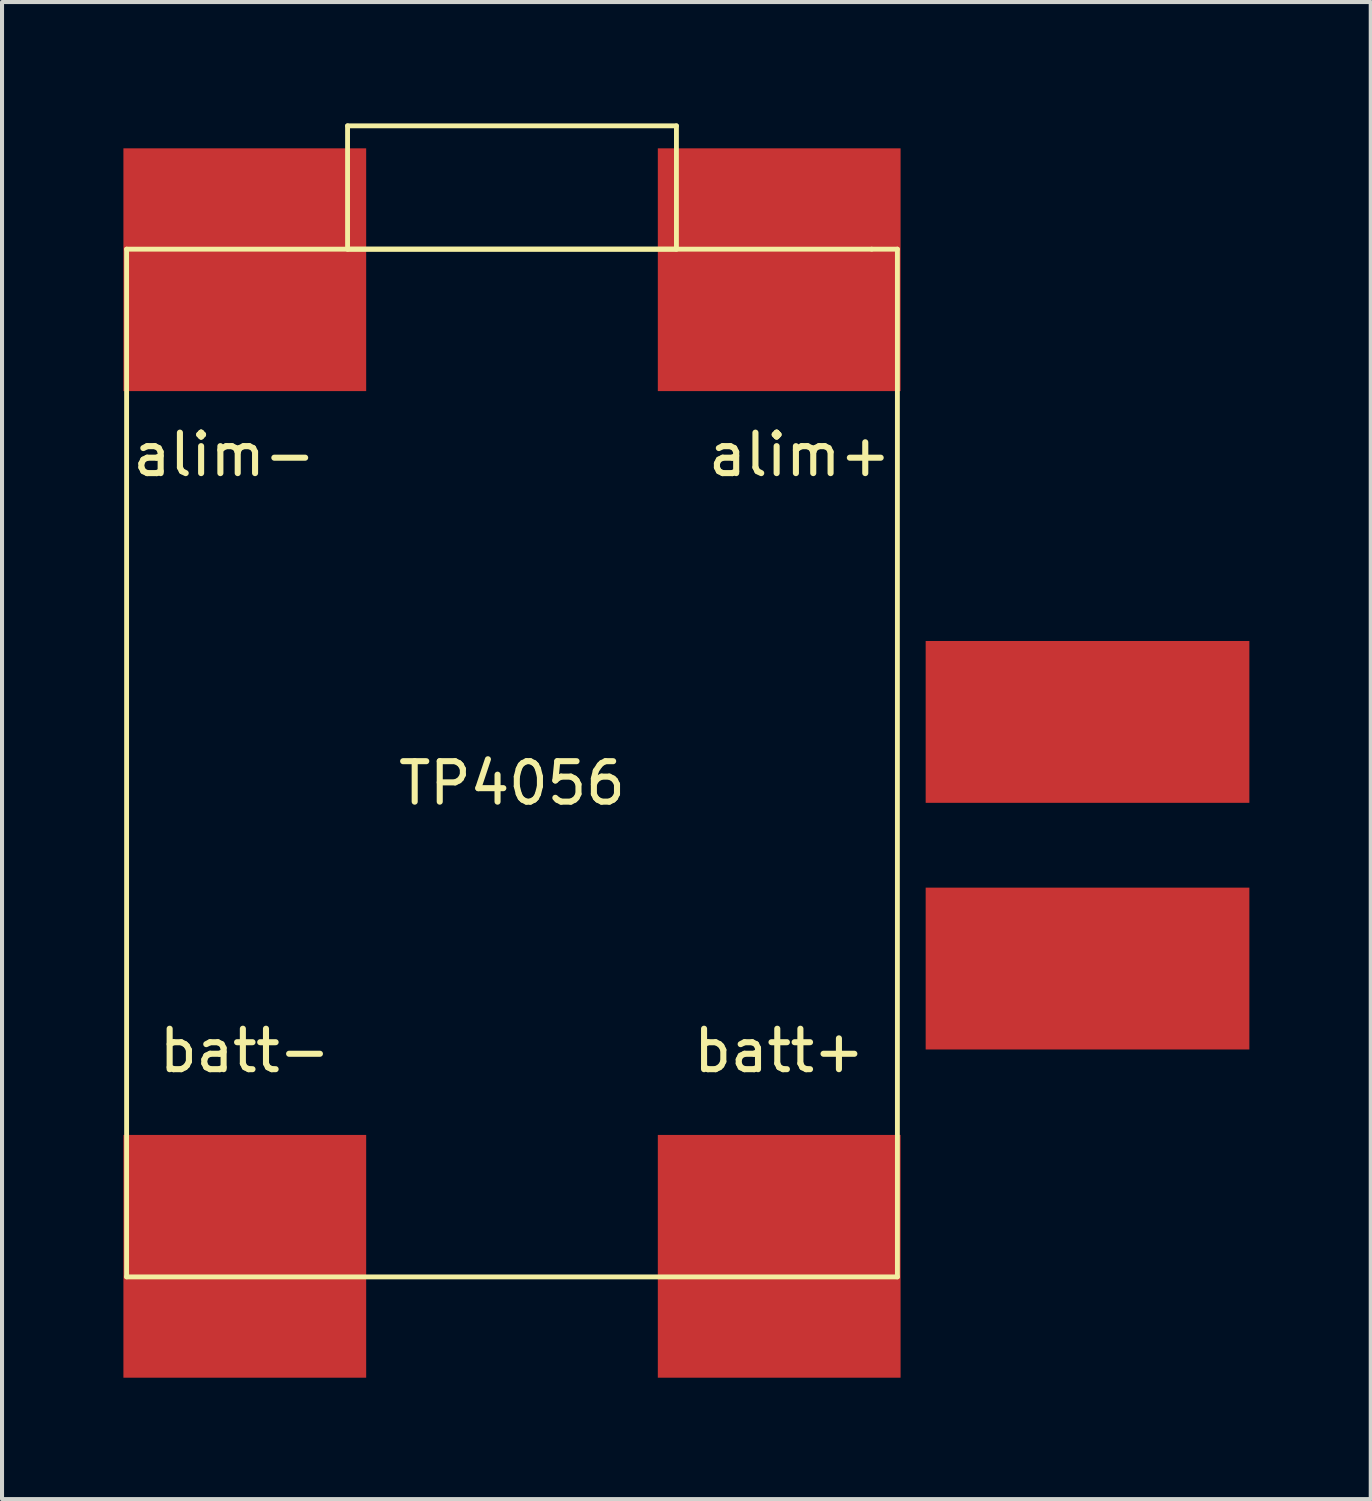
<source format=kicad_pcb>
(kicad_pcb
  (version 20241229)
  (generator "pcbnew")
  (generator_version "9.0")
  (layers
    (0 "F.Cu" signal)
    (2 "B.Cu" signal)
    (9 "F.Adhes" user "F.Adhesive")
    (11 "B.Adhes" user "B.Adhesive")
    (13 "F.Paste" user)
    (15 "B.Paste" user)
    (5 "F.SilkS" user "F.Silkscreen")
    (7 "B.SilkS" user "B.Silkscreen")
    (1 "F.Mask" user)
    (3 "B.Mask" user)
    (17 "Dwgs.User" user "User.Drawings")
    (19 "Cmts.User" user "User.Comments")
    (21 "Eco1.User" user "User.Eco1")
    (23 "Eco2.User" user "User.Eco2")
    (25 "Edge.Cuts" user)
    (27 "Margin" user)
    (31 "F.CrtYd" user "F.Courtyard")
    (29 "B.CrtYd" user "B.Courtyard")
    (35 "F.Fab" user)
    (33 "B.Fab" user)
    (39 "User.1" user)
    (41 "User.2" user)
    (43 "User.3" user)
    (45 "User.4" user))
  (footprint "TP4056"
    (layer "F.Cu")
    (at 9.604 15.808)
    (property "Reference" "TP4056" (at 0 0.5 0) (layer "F.SilkS") (effects (font (size 1 1) (thickness 0.15))))
    (attr through_hole)
    (fp_line (start -9.525 -12.7) (end 8.89 -12.7) (stroke (width 0.12) (type solid)) (layer "F.SilkS"))
    (fp_line (start -9.525 12.7) (end -9.525 -12.7) (stroke (width 0.12) (type solid)) (layer "F.SilkS"))
    (fp_line (start -4.064 -15.748) (end 4.064 -15.748) (stroke (width 0.12) (type solid)) (layer "F.SilkS"))
    (fp_line (start -4.064 -12.7) (end -4.064 -15.748) (stroke (width 0.12) (type solid)) (layer "F.SilkS"))
    (fp_line (start 4.064 -15.748) (end 4.064 -12.7) (stroke (width 0.12) (type solid)) (layer "F.SilkS"))
    (fp_line (start 4.064 -12.7) (end -4.064 -12.7) (stroke (width 0.12) (type solid)) (layer "F.SilkS"))
    (fp_line (start 8.89 -12.7) (end 9.525 -12.7) (stroke (width 0.12) (type solid)) (layer "F.SilkS"))
    (fp_line (start 9.525 -12.7) (end 9.525 12.7) (stroke (width 0.12) (type solid)) (layer "F.SilkS"))
    (fp_line (start 9.525 12.7) (end -9.525 12.7) (stroke (width 0.12) (type solid)) (layer "F.SilkS"))
    (fp_text user "batt-" (at -6.604 7.112 0) (layer "F.SilkS") (effects (font (size 1 1) (thickness 0.15))))
    (fp_text user "alim-" (at -7.112 -7.62 0) (layer "F.SilkS") (effects (font (size 1 1) (thickness 0.15))))
    (fp_text user "batt+" (at 6.604 7.112 0) (layer "F.SilkS") (effects (font (size 1 1) (thickness 0.15))))
    (fp_text user "alim+" (at 7.112 -7.62 0) (layer "F.SilkS") (effects (font (size 1 1) (thickness 0.15))))
    (pad "1" smd rect (at 6.604 -12.192 180) (size 6 6) (layers "F.Cu" "F.Mask" "F.Paste"))
    (pad "2" smd rect (at -6.604 -12.192 180) (size 6 6) (layers "F.Cu" "F.Mask" "F.Paste"))
    (pad "3" smd rect (at -6.604 12.192 180) (size 6 6) (layers "F.Cu" "F.Mask" "F.Paste"))
    (pad "4" smd rect (at 6.604 12.192 180) (size 6 6) (layers "F.Cu" "F.Mask" "F.Paste"))
    (pad "5" smd rect (at 14.224 5.08 180) (size 8 4) (layers "F.Cu" "F.Mask" "F.Paste"))
    (pad "6" smd rect (at 14.224 -1.016 180) (size 8 4) (layers "F.Cu" "F.Mask" "F.Paste")))
  (gr_rect
    (start -3 -3)
    (end 30.828 34)
    (stroke (width 0.1) (type default))
    (fill no)
    (layer "Edge.Cuts")))
</source>
